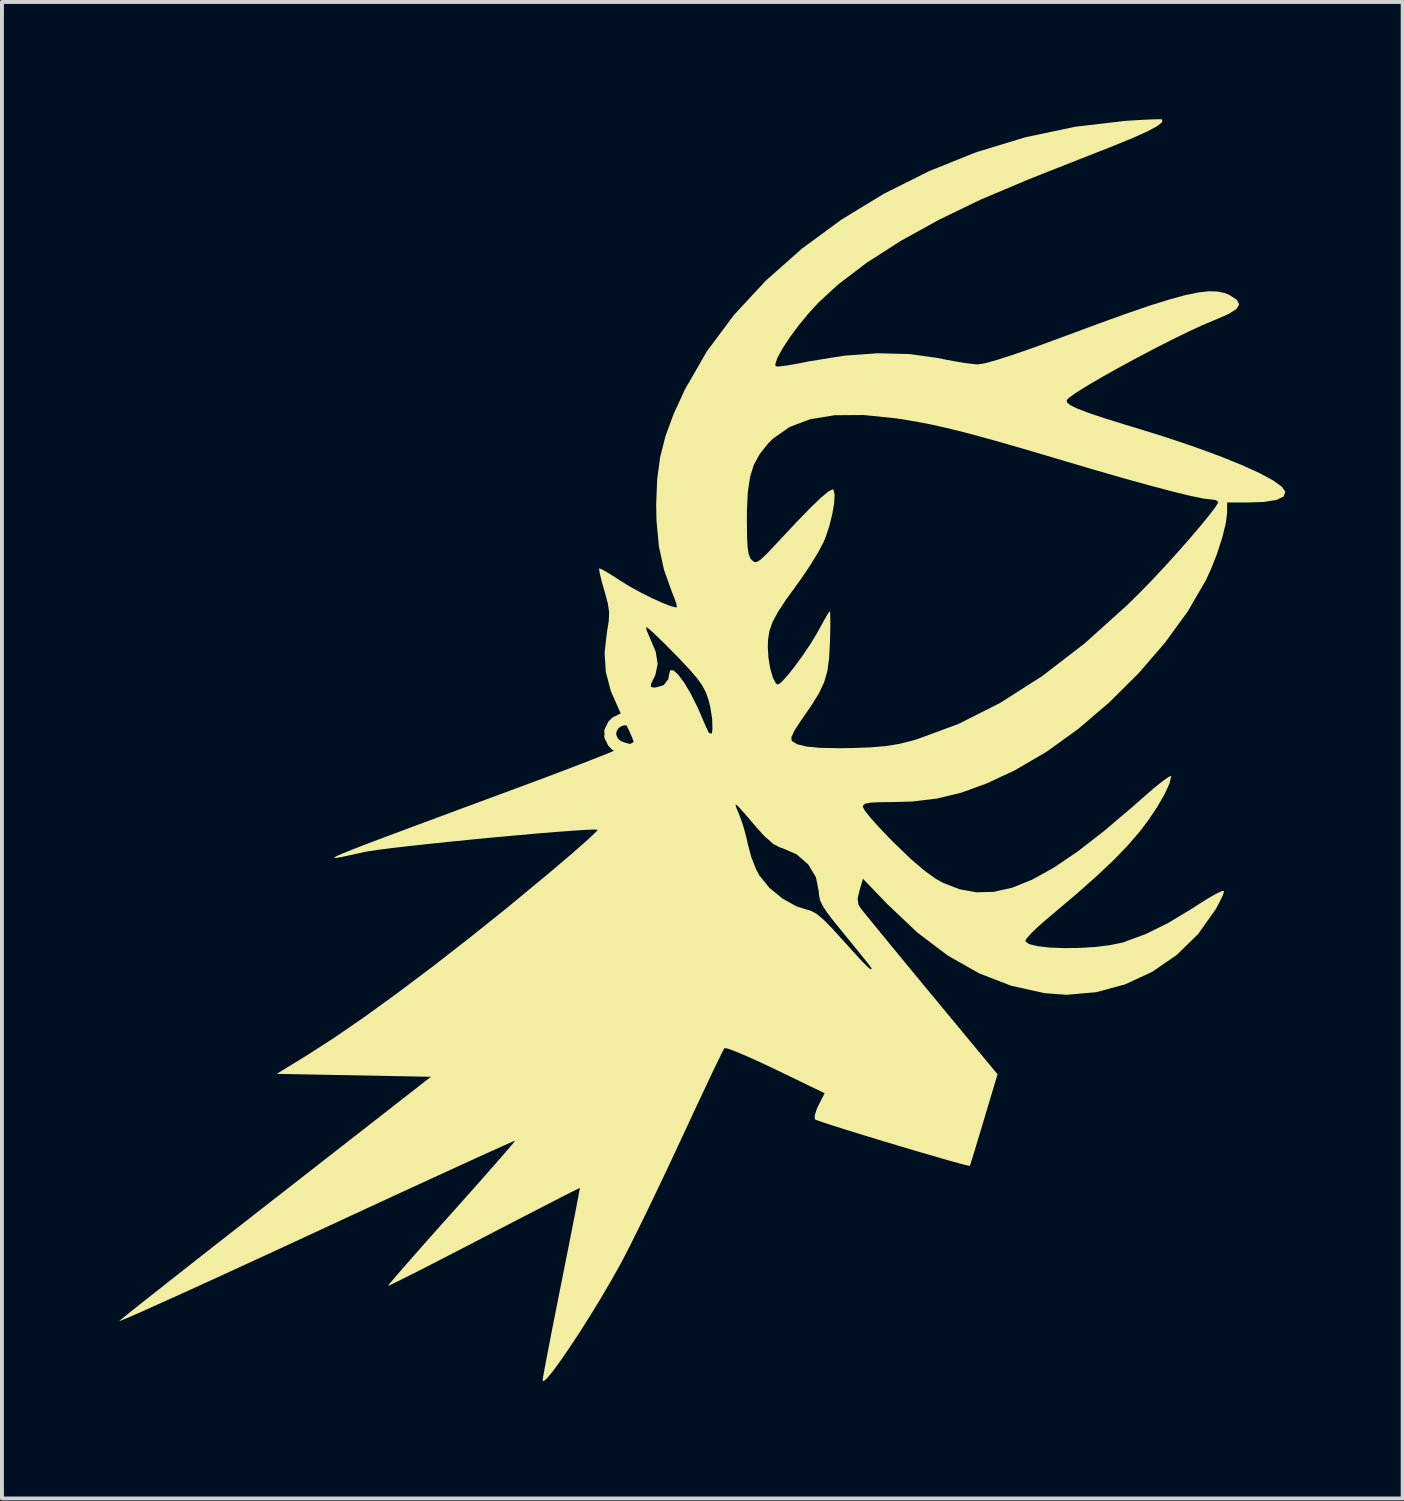
<source format=kicad_pcb>
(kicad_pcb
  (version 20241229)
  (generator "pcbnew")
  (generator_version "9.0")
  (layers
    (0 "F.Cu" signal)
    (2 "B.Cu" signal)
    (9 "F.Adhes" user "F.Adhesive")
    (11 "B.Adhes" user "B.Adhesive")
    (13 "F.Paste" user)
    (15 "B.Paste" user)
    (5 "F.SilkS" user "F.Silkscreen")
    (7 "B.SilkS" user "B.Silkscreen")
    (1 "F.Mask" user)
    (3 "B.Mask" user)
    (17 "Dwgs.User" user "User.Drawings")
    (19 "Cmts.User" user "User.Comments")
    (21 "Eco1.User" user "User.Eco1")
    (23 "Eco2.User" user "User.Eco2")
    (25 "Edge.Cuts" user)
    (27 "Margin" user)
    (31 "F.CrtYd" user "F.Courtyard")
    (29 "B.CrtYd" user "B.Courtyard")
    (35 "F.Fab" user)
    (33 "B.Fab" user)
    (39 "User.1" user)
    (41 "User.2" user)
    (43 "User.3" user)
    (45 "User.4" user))
  (footprint "Stag"
    (layer "F.Cu")
    (at 14.814 16.191)
    (property "Reference" "Stag" (at 0 0 0) (layer "F.SilkS") (effects (font (size 1.524 1.524) (thickness 0.3))))
    (attr board_only exclude_from_pos_files exclude_from_bom)
    (fp_poly (pts (xy 11.864 -16.187) (xy 11.865 -16.186) (xy 11.867 -16.119) (xy 11.747 -16.02) (xy 11.5 -15.886) (xy 11.121 -15.715) (xy 10.605 -15.504) (xy 10.533 -15.475) (xy 10.044 -15.283) (xy 9.512 -15.073) (xy 8.992 -14.868) (xy 8.54 -14.689) (xy 8.417 -14.64) (xy 7.236 -14.141) (xy 6.15 -13.617) (xy 5.17 -13.074) (xy 4.307 -12.52) (xy 3.574 -11.962) (xy 3.08 -11.508) (xy 2.816 -11.22) (xy 2.561 -10.91) (xy 2.333 -10.601) (xy 2.148 -10.318) (xy 2.021 -10.084) (xy 1.968 -9.922) (xy 1.98 -9.868) (xy 2.066 -9.866) (xy 2.267 -9.892) (xy 2.551 -9.941) (xy 2.833 -9.997) (xy 3.72 -10.141) (xy 4.589 -10.204) (xy 5.405 -10.184) (xy 6.132 -10.082) (xy 6.159 -10.076) (xy 6.504 -10.007) (xy 6.829 -9.953) (xy 7.082 -9.923) (xy 7.159 -9.92) (xy 7.332 -9.948) (xy 7.633 -10.032) (xy 8.054 -10.167) (xy 8.584 -10.351) (xy 9.213 -10.581) (xy 9.379 -10.643) (xy 10.22 -10.955) (xy 10.935 -11.213) (xy 11.536 -11.419) (xy 12.036 -11.576) (xy 12.447 -11.689) (xy 12.783 -11.759) (xy 13.054 -11.79) (xy 13.274 -11.785) (xy 13.456 -11.748) (xy 13.588 -11.693) (xy 13.774 -11.572) (xy 13.836 -11.457) (xy 13.768 -11.339) (xy 13.564 -11.209) (xy 13.22 -11.059) (xy 13.188 -11.046) (xy 12.881 -10.917) (xy 12.503 -10.741) (xy 12.074 -10.53) (xy 11.618 -10.297) (xy 11.154 -10.052) (xy 10.705 -9.808) (xy 10.291 -9.575) (xy 9.934 -9.365) (xy 9.656 -9.191) (xy 9.478 -9.063) (xy 9.426 -9.01) (xy 9.429 -8.949) (xy 9.513 -8.877) (xy 9.693 -8.789) (xy 9.978 -8.68) (xy 10.381 -8.545) (xy 10.914 -8.379) (xy 11.131 -8.314) (xy 11.937 -8.064) (xy 12.673 -7.816) (xy 13.328 -7.577) (xy 13.893 -7.349) (xy 14.355 -7.139) (xy 14.704 -6.951) (xy 14.928 -6.789) (xy 15.016 -6.662) (xy 14.972 -6.538) (xy 14.784 -6.451) (xy 14.455 -6.4) (xy 14.085 -6.388) (xy 13.527 -6.388) (xy 13.527 -6.132) (xy 13.494 -5.86) (xy 13.405 -5.498) (xy 13.274 -5.09) (xy 13.113 -4.679) (xy 12.982 -4.396) (xy 12.523 -3.606) (xy 11.942 -2.806) (xy 11.265 -2.021) (xy 10.517 -1.278) (xy 9.724 -0.599) (xy 8.91 -0.011) (xy 8.101 0.461) (xy 8.078 0.473) (xy 7.371 0.802) (xy 6.728 1.036) (xy 6.109 1.186) (xy 5.472 1.262) (xy 4.979 1.277) (xy 4.628 1.28) (xy 4.401 1.292) (xy 4.273 1.316) (xy 4.218 1.358) (xy 4.208 1.402) (xy 4.259 1.496) (xy 4.4 1.673) (xy 4.612 1.91) (xy 4.875 2.187) (xy 5.016 2.329) (xy 5.434 2.731) (xy 5.78 3.028) (xy 6.072 3.238) (xy 6.265 3.346) (xy 6.687 3.508) (xy 7.115 3.585) (xy 7.559 3.573) (xy 8.029 3.467) (xy 8.536 3.263) (xy 9.089 2.957) (xy 9.699 2.544) (xy 10.375 2.02) (xy 11.127 1.382) (xy 11.366 1.17) (xy 11.636 0.935) (xy 11.861 0.753) (xy 12.021 0.639) (xy 12.095 0.608) (xy 12.098 0.614) (xy 12.051 0.806) (xy 11.924 1.081) (xy 11.735 1.408) (xy 11.5 1.756) (xy 11.293 2.029) (xy 10.997 2.374) (xy 10.641 2.743) (xy 10.211 3.151) (xy 9.69 3.613) (xy 9.062 4.144) (xy 8.995 4.2) (xy 8.735 4.424) (xy 8.529 4.62) (xy 8.398 4.766) (xy 8.363 4.835) (xy 8.46 4.909) (xy 8.677 4.963) (xy 8.984 4.998) (xy 9.352 5.013) (xy 9.751 5.008) (xy 10.152 4.984) (xy 10.525 4.938) (xy 10.841 4.873) (xy 10.896 4.856) (xy 11.447 4.652) (xy 12.016 4.371) (xy 12.639 3.996) (xy 12.756 3.919) (xy 13.033 3.744) (xy 13.257 3.616) (xy 13.404 3.55) (xy 13.451 3.552) (xy 13.415 3.664) (xy 13.323 3.856) (xy 13.234 4.02) (xy 12.788 4.649) (xy 12.24 5.186) (xy 11.609 5.62) (xy 10.915 5.941) (xy 10.179 6.14) (xy 9.421 6.207) (xy 8.858 6.165) (xy 8.002 5.975) (xy 7.181 5.657) (xy 6.384 5.205) (xy 5.602 4.614) (xy 4.828 3.88) (xy 4.212 3.239) (xy 4.124 3.533) (xy 4.075 3.749) (xy 4.095 3.895) (xy 4.141 3.976) (xy 4.212 4.067) (xy 4.368 4.26) (xy 4.596 4.539) (xy 4.885 4.892) (xy 5.223 5.303) (xy 5.599 5.759) (xy 5.95 6.183) (xy 7.654 8.24) (xy 7.307 9.399) (xy 7.189 9.792) (xy 7.087 10.131) (xy 7.007 10.391) (xy 6.957 10.548) (xy 6.944 10.583) (xy 6.87 10.57) (xy 6.676 10.519) (xy 6.382 10.438) (xy 6.013 10.331) (xy 5.59 10.208) (xy 5.136 10.073) (xy 4.674 9.934) (xy 4.226 9.797) (xy 3.814 9.67) (xy 3.462 9.559) (xy 3.191 9.471) (xy 3.024 9.412) (xy 2.981 9.393) (xy 2.975 9.298) (xy 3.031 9.125) (xy 3.075 9.03) (xy 3.231 8.724) (xy 1.977 8.118) (xy 1.579 7.93) (xy 1.227 7.772) (xy 0.943 7.653) (xy 0.749 7.582) (xy 0.668 7.57) (xy 0.624 7.65) (xy 0.526 7.85) (xy 0.379 8.153) (xy 0.194 8.545) (xy -0.024 9.008) (xy -0.265 9.525) (xy -0.447 9.916) (xy -0.725 10.513) (xy -1.009 11.111) (xy -1.284 11.684) (xy -1.54 12.207) (xy -1.763 12.654) (xy -1.942 13.001) (xy -2 13.11) (xy -2.242 13.539) (xy -2.502 13.982) (xy -2.771 14.421) (xy -3.037 14.842) (xy -3.291 15.227) (xy -3.52 15.56) (xy -3.714 15.826) (xy -3.864 16.008) (xy -3.956 16.091) (xy -3.983 16.071) (xy -3.969 15.973) (xy -3.928 15.747) (xy -3.864 15.41) (xy -3.782 14.98) (xy -3.683 14.477) (xy -3.572 13.917) (xy -3.501 13.561) (xy -3.386 12.983) (xy -3.281 12.453) (xy -3.19 11.991) (xy -3.116 11.613) (xy -3.064 11.336) (xy -3.035 11.179) (xy -3.031 11.148) (xy -3.098 11.179) (xy -3.284 11.272) (xy -3.573 11.419) (xy -3.95 11.613) (xy -4.402 11.846) (xy -4.912 12.11) (xy -5.467 12.398) (xy -5.481 12.405) (xy -6.037 12.694) (xy -6.549 12.958) (xy -7.003 13.191) (xy -7.384 13.384) (xy -7.677 13.531) (xy -7.867 13.623) (xy -7.939 13.654) (xy -7.939 13.654) (xy -7.896 13.595) (xy -7.763 13.438) (xy -7.553 13.195) (xy -7.278 12.881) (xy -6.948 12.508) (xy -6.576 12.089) (xy -6.314 11.797) (xy -5.92 11.355) (xy -5.561 10.951) (xy -5.248 10.596) (xy -4.994 10.305) (xy -4.81 10.091) (xy -4.707 9.966) (xy -4.689 9.939) (xy -4.759 9.967) (xy -4.954 10.053) (xy -5.265 10.193) (xy -5.68 10.381) (xy -6.188 10.614) (xy -6.78 10.885) (xy -7.445 11.191) (xy -8.171 11.526) (xy -8.949 11.886) (xy -9.768 12.266) (xy -9.798 12.28) (xy -10.615 12.658) (xy -11.389 13.015) (xy -12.111 13.347) (xy -12.769 13.648) (xy -13.354 13.914) (xy -13.856 14.14) (xy -14.262 14.322) (xy -14.565 14.455) (xy -14.752 14.533) (xy -14.814 14.554) (xy -14.814 14.553) (xy -14.744 14.493) (xy -14.565 14.349) (xy -14.287 14.127) (xy -13.921 13.838) (xy -13.476 13.487) (xy -12.962 13.083) (xy -12.39 12.634) (xy -11.768 12.148) (xy -11.108 11.632) (xy -10.791 11.385) (xy -6.841 8.304) (xy -10.784 8.229) (xy -10.015 7.756) (xy -9.331 7.317) (xy -8.556 6.784) (xy -7.707 6.169) (xy -6.797 5.485) (xy -5.845 4.744) (xy -4.864 3.958) (xy -3.873 3.138) (xy -3.546 2.862) (xy -3.223 2.586) (xy -2.947 2.344) (xy -2.735 2.153) (xy -2.606 2.027) (xy -2.574 1.985) (xy -2.659 1.979) (xy -2.875 1.987) (xy -3.201 2.008) (xy -3.617 2.039) (xy -4.105 2.079) (xy -4.644 2.127) (xy -5.215 2.179) (xy -5.798 2.235) (xy -6.374 2.293) (xy -6.923 2.35) (xy -7.425 2.405) (xy -7.861 2.456) (xy -8.212 2.501) (xy -8.458 2.538) (xy -8.529 2.551) (xy -8.768 2.604) (xy -8.973 2.649) (xy -9.136 2.683) (xy -9.251 2.703) (xy -9.311 2.706) (xy -9.307 2.689) (xy -9.233 2.649) (xy -9.082 2.584) (xy -8.846 2.489) (xy -8.519 2.362) (xy -8.092 2.201) (xy -7.559 2.001) (xy -6.913 1.761) (xy -6.146 1.476) (xy -5.796 1.346) (xy 0.95 1.346) (xy 0.973 1.424) (xy 1.037 1.575) (xy 1.038 1.578) (xy 1.138 1.851) (xy 1.229 2.18) (xy 1.269 2.365) (xy 1.354 2.683) (xy 1.48 3.002) (xy 1.561 3.154) (xy 1.813 3.465) (xy 2.146 3.741) (xy 2.507 3.943) (xy 2.76 4.023) (xy 2.896 4.064) (xy 3.036 4.144) (xy 3.202 4.284) (xy 3.418 4.502) (xy 3.705 4.818) (xy 3.706 4.819) (xy 3.994 5.139) (xy 4.197 5.359) (xy 4.329 5.492) (xy 4.402 5.55) (xy 4.432 5.548) (xy 4.434 5.533) (xy 4.389 5.469) (xy 4.264 5.31) (xy 4.078 5.079) (xy 3.848 4.796) (xy 3.759 4.688) (xy 3.487 4.354) (xy 3.298 4.109) (xy 3.179 3.927) (xy 3.113 3.785) (xy 3.086 3.656) (xy 3.082 3.57) (xy 3.009 3.201) (xy 2.812 2.873) (xy 2.513 2.613) (xy 2.139 2.451) (xy 2.091 2.439) (xy 1.916 2.347) (xy 1.687 2.145) (xy 1.492 1.93) (xy 1.239 1.632) (xy 1.072 1.442) (xy 0.98 1.349) (xy 0.95 1.346) (xy -5.796 1.346) (xy -5.251 1.144) (xy -4.453 0.849) (xy -3.84 0.62) (xy -3.274 0.405) (xy -2.768 0.21) (xy -2.339 0.04) (xy -2.002 -0.097) (xy -1.771 -0.197) (xy -1.661 -0.254) (xy -1.654 -0.261) (xy -1.686 -0.356) (xy -1.772 -0.552) (xy -1.899 -0.816) (xy -1.997 -1.014) (xy -2.237 -1.559) (xy -2.368 -2.056) (xy -2.398 -2.55) (xy -2.335 -3.089) (xy -2.333 -3.101) (xy -2.317 -3.201) (xy -1.333 -3.201) (xy -1.324 -3.121) (xy -1.259 -2.968) (xy -1.254 -2.957) (xy -1.091 -2.572) (xy -1.04 -2.256) (xy -1.098 -1.979) (xy -1.126 -1.919) (xy -1.209 -1.748) (xy -1.218 -1.673) (xy -1.151 -1.654) (xy -1.097 -1.653) (xy -0.887 -1.713) (xy -0.767 -1.87) (xy -0.751 -1.969) (xy -0.722 -2.092) (xy -0.64 -2.094) (xy -0.518 -1.987) (xy -0.368 -1.787) (xy -0.2 -1.507) (xy -0.027 -1.161) (xy 0.044 -1.001) (xy 0.177 -0.691) (xy 0.264 -0.504) (xy 0.315 -0.427) (xy 0.342 -0.446) (xy 0.356 -0.545) (xy 0.361 -0.61) (xy 0.353 -0.856) (xy 0.305 -1.157) (xy 0.263 -1.327) (xy 0.198 -1.516) (xy 0.11 -1.69) (xy -0.022 -1.878) (xy -0.217 -2.106) (xy -0.496 -2.403) (xy -0.58 -2.489) (xy -0.843 -2.756) (xy -1.068 -2.976) (xy -1.235 -3.13) (xy -1.324 -3.2) (xy -1.333 -3.201) (xy -2.317 -3.201) (xy -2.289 -3.372) (xy -2.282 -3.586) (xy -2.316 -3.808) (xy -2.395 -4.101) (xy -2.404 -4.129) (xy -2.478 -4.393) (xy -2.526 -4.595) (xy -2.539 -4.697) (xy -2.537 -4.702) (xy -2.467 -4.676) (xy -2.304 -4.584) (xy -2.08 -4.442) (xy -2.014 -4.398) (xy -1.769 -4.246) (xy -1.483 -4.089) (xy -1.188 -3.941) (xy -0.916 -3.818) (xy -0.7 -3.733) (xy -0.569 -3.703) (xy -0.549 -3.709) (xy -0.56 -3.787) (xy -0.619 -3.956) (xy -0.664 -4.066) (xy -0.876 -4.656) (xy -1.009 -5.262) (xy -1.07 -5.919) (xy 1.242 -5.919) (xy 1.246 -5.522) (xy 1.26 -5.248) (xy 1.287 -5.069) (xy 1.331 -4.959) (xy 1.367 -4.913) (xy 1.429 -4.865) (xy 1.498 -4.865) (xy 1.596 -4.928) (xy 1.745 -5.068) (xy 1.965 -5.301) (xy 2.04 -5.381) (xy 2.494 -5.866) (xy 2.856 -6.239) (xy 3.13 -6.503) (xy 3.32 -6.663) (xy 3.43 -6.722) (xy 3.456 -6.715) (xy 3.487 -6.591) (xy 3.474 -6.365) (xy 3.424 -6.076) (xy 3.345 -5.763) (xy 3.243 -5.466) (xy 3.199 -5.364) (xy 3.067 -5.115) (xy 2.873 -4.797) (xy 2.65 -4.463) (xy 2.525 -4.29) (xy 2.238 -3.893) (xy 2.034 -3.582) (xy 1.899 -3.329) (xy 1.82 -3.106) (xy 1.784 -2.884) (xy 1.777 -2.705) (xy 1.793 -2.417) (xy 1.84 -2.138) (xy 1.907 -1.905) (xy 1.984 -1.759) (xy 2.035 -1.728) (xy 2.123 -1.787) (xy 2.269 -1.946) (xy 2.453 -2.175) (xy 2.652 -2.448) (xy 2.848 -2.736) (xy 3.017 -3.011) (xy 3.069 -3.104) (xy 3.198 -3.34) (xy 3.302 -3.52) (xy 3.357 -3.606) (xy 3.359 -3.607) (xy 3.372 -3.553) (xy 3.377 -3.377) (xy 3.375 -3.108) (xy 3.367 -2.818) (xy 3.345 -2.406) (xy 3.301 -2.079) (xy 3.222 -1.797) (xy 3.092 -1.517) (xy 2.896 -1.199) (xy 2.647 -0.84) (xy 2.463 -0.561) (xy 2.378 -0.38) (xy 2.388 -0.288) (xy 2.531 -0.201) (xy 2.772 -0.143) (xy 3.123 -0.11) (xy 3.6 -0.101) (xy 3.945 -0.106) (xy 4.417 -0.123) (xy 4.79 -0.155) (xy 5.114 -0.207) (xy 5.44 -0.286) (xy 5.599 -0.332) (xy 6.655 -0.722) (xy 7.721 -1.26) (xy 8.796 -1.946) (xy 9.876 -2.777) (xy 10.961 -3.753) (xy 11.343 -4.13) (xy 11.642 -4.439) (xy 11.959 -4.779) (xy 12.277 -5.131) (xy 12.579 -5.474) (xy 12.848 -5.791) (xy 13.069 -6.061) (xy 13.225 -6.266) (xy 13.298 -6.386) (xy 13.301 -6.4) (xy 13.237 -6.449) (xy 13.132 -6.463) (xy 12.931 -6.486) (xy 12.594 -6.555) (xy 12.129 -6.668) (xy 11.544 -6.823) (xy 10.844 -7.017) (xy 10.038 -7.25) (xy 9.404 -7.438) (xy 8.587 -7.68) (xy 7.893 -7.882) (xy 7.303 -8.048) (xy 6.798 -8.183) (xy 6.357 -8.292) (xy 5.963 -8.38) (xy 5.594 -8.452) (xy 5.233 -8.513) (xy 5.072 -8.538) (xy 4.224 -8.625) (xy 3.488 -8.619) (xy 2.861 -8.517) (xy 2.337 -8.319) (xy 1.913 -8.024) (xy 1.78 -7.89) (xy 1.57 -7.626) (xy 1.42 -7.352) (xy 1.322 -7.036) (xy 1.265 -6.646) (xy 1.243 -6.153) (xy 1.242 -5.919) (xy -1.07 -5.919) (xy -1.071 -5.932) (xy -1.078 -6.35) (xy -1.053 -6.978) (xy -0.978 -7.54) (xy -0.842 -8.08) (xy -0.634 -8.645) (xy -0.342 -9.281) (xy -0.342 -9.281) (xy 0.221 -10.258) (xy 0.915 -11.188) (xy 1.729 -12.065) (xy 2.648 -12.879) (xy 3.659 -13.622) (xy 4.75 -14.287) (xy 5.906 -14.865) (xy 7.114 -15.349) (xy 8.362 -15.729) (xy 9.636 -15.998) (xy 10.907 -16.148) (xy 11.264 -16.17) (xy 11.562 -16.185) (xy 11.772 -16.191)) (stroke (width 0) (type solid)) (fill yes) (layer "F.SilkS")))
  (gr_rect
    (start -3 -3)
    (end 32.831 35.282)
    (stroke (width 0.1) (type default))
    (fill no)
    (layer "Edge.Cuts")))
</source>
